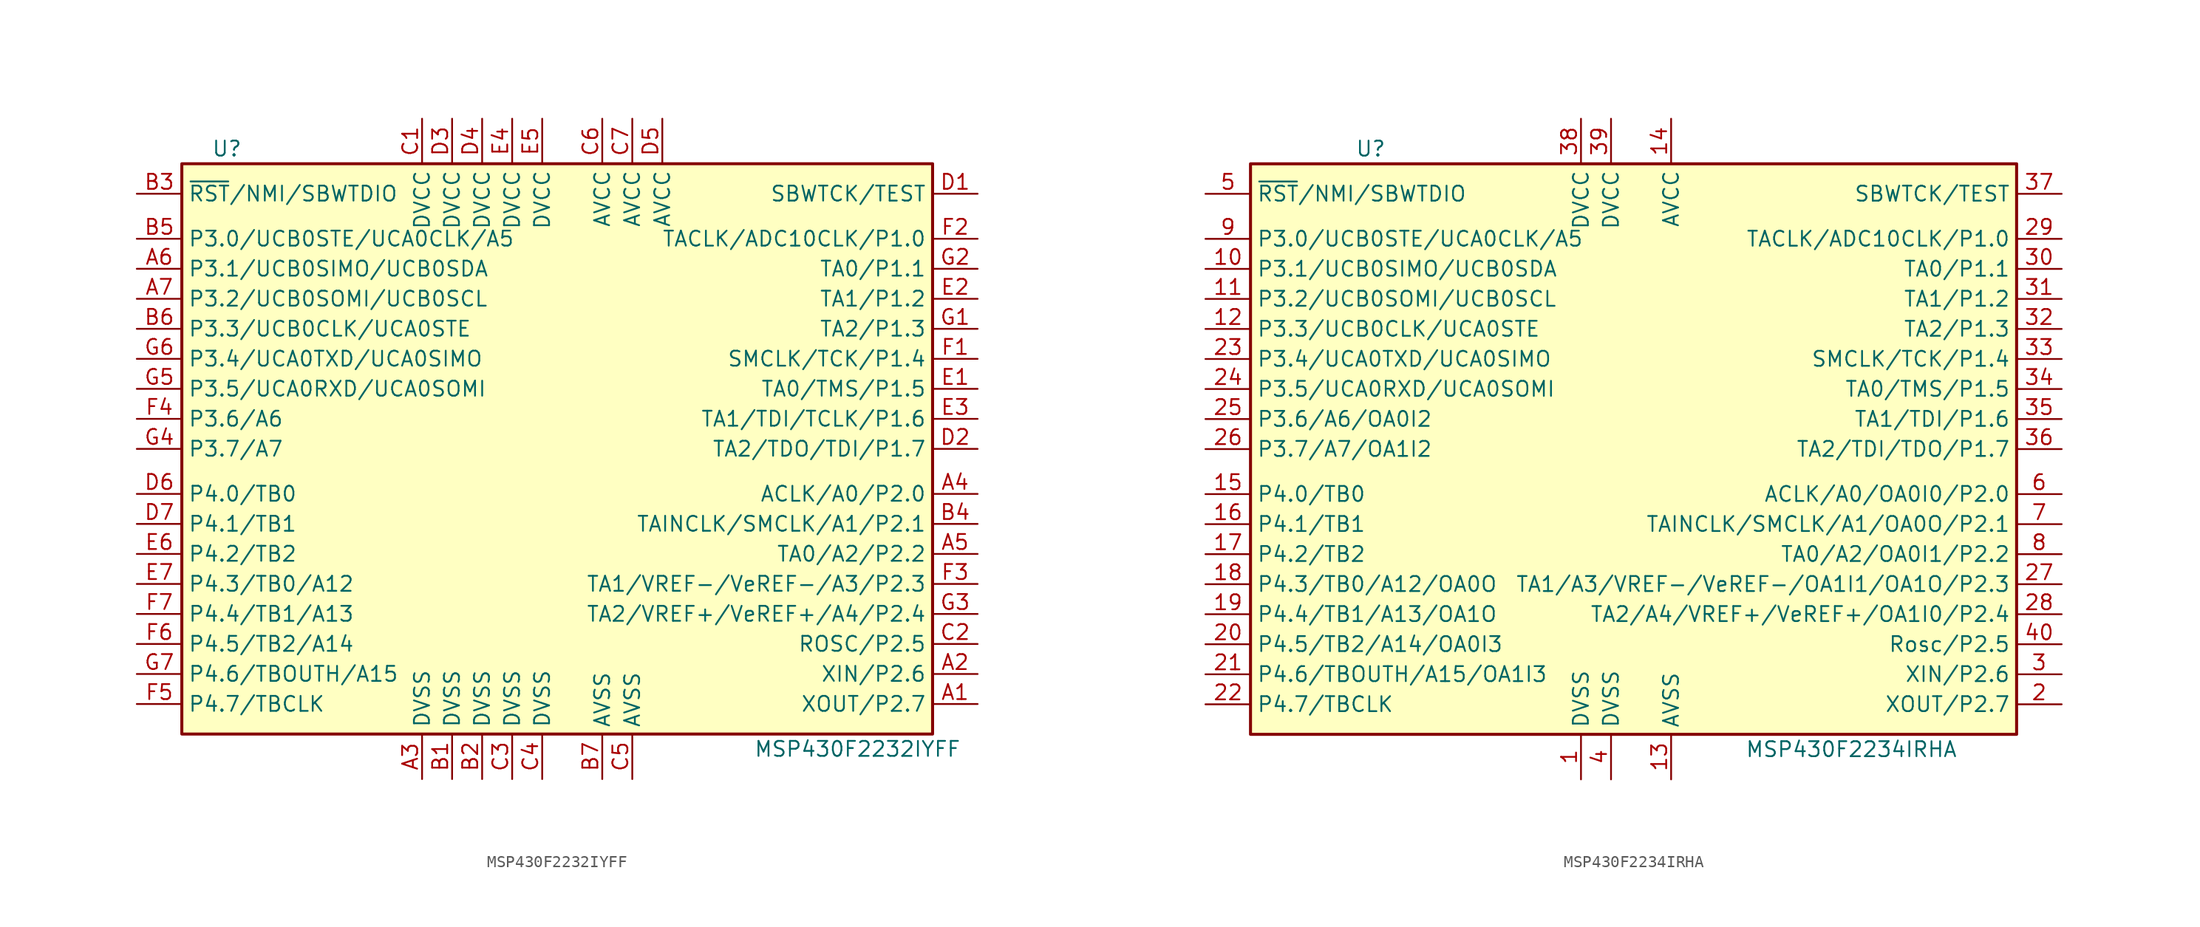
<source format=kicad_sym>
(kicad_symbol_lib
  (version 20211014)
  (generator kicad_symbol_editor)
  (symbol "MSP430F2232IYFF"
    (property "Reference" "U"
      (at -29.21 25.4 0)
      (effects (font (size 1.27 1.27))))
    (property "Value" "MSP430F2232IYFF"
      (at 24.13 -25.4 0)
      (effects (font (size 1.27 1.27))))
    (symbol "MSP430F2232IYFF_0_1"
      (rectangle (start -33.02 24.13) (end 30.48 -24.13) (stroke (width 0.254) (type default) (color 0 0 0 0)) (fill (type background))))
    (symbol "MSP430F2232IYFF_1_1"
      (pin bidirectional line (at 34.29 -21.59 180) (length 3.81) (name "XOUT/P2.7" (effects (font (size 1.27 1.27)))) (number "A1" (effects (font (size 1.27 1.27)))))
      (pin bidirectional line (at 34.29 -19.05 180) (length 3.81) (name "XIN/P2.6" (effects (font (size 1.27 1.27)))) (number "A2" (effects (font (size 1.27 1.27)))))
      (pin power_in line (at -12.7 -27.94 90) (length 3.81) (name "DVSS" (effects (font (size 1.27 1.27)))) (number "A3" (effects (font (size 1.27 1.27)))))
      (pin bidirectional line (at 34.29 -3.81 180) (length 3.81) (name "ACLK/A0/P2.0" (effects (font (size 1.27 1.27)))) (number "A4" (effects (font (size 1.27 1.27)))))
      (pin bidirectional line (at 34.29 -8.89 180) (length 3.81) (name "TA0/A2/P2.2" (effects (font (size 1.27 1.27)))) (number "A5" (effects (font (size 1.27 1.27)))))
      (pin bidirectional line (at -36.83 15.24 0) (length 3.81) (name "P3.1/UCB0SIMO/UCB0SDA" (effects (font (size 1.27 1.27)))) (number "A6" (effects (font (size 1.27 1.27)))))
      (pin bidirectional line (at -36.83 12.7 0) (length 3.81) (name "P3.2/UCB0SOMI/UCB0SCL" (effects (font (size 1.27 1.27)))) (number "A7" (effects (font (size 1.27 1.27)))))
      (pin power_in line (at -10.16 -27.94 90) (length 3.81) (name "DVSS" (effects (font (size 1.27 1.27)))) (number "B1" (effects (font (size 1.27 1.27)))))
      (pin power_in line (at -7.62 -27.94 90) (length 3.81) (name "DVSS" (effects (font (size 1.27 1.27)))) (number "B2" (effects (font (size 1.27 1.27)))))
      (pin input line (at -36.83 21.59 0) (length 3.81) (name "~{RST}/NMI/SBWTDIO" (effects (font (size 1.27 1.27)))) (number "B3" (effects (font (size 1.27 1.27)))))
      (pin bidirectional line (at 34.29 -6.35 180) (length 3.81) (name "TAINCLK/SMCLK/A1/P2.1" (effects (font (size 1.27 1.27)))) (number "B4" (effects (font (size 1.27 1.27)))))
      (pin bidirectional line (at -36.83 17.78 0) (length 3.81) (name "P3.0/UCB0STE/UCA0CLK/A5" (effects (font (size 1.27 1.27)))) (number "B5" (effects (font (size 1.27 1.27)))))
      (pin bidirectional line (at -36.83 10.16 0) (length 3.81) (name "P3.3/UCB0CLK/UCA0STE" (effects (font (size 1.27 1.27)))) (number "B6" (effects (font (size 1.27 1.27)))))
      (pin power_in line (at 2.54 -27.94 90) (length 3.81) (name "AVSS" (effects (font (size 1.27 1.27)))) (number "B7" (effects (font (size 1.27 1.27)))))
      (pin power_in line (at -12.7 27.94 270) (length 3.81) (name "DVCC" (effects (font (size 1.27 1.27)))) (number "C1" (effects (font (size 1.27 1.27)))))
      (pin bidirectional line (at 34.29 -16.51 180) (length 3.81) (name "ROSC/P2.5" (effects (font (size 1.27 1.27)))) (number "C2" (effects (font (size 1.27 1.27)))))
      (pin power_in line (at -5.08 -27.94 90) (length 3.81) (name "DVSS" (effects (font (size 1.27 1.27)))) (number "C3" (effects (font (size 1.27 1.27)))))
      (pin power_in line (at -2.54 -27.94 90) (length 3.81) (name "DVSS" (effects (font (size 1.27 1.27)))) (number "C4" (effects (font (size 1.27 1.27)))))
      (pin power_in line (at 5.08 -27.94 90) (length 3.81) (name "AVSS" (effects (font (size 1.27 1.27)))) (number "C5" (effects (font (size 1.27 1.27)))))
      (pin power_in line (at 2.54 27.94 270) (length 3.81) (name "AVCC" (effects (font (size 1.27 1.27)))) (number "C6" (effects (font (size 1.27 1.27)))))
      (pin power_in line (at 5.08 27.94 270) (length 3.81) (name "AVCC" (effects (font (size 1.27 1.27)))) (number "C7" (effects (font (size 1.27 1.27)))))
      (pin input line (at 34.29 21.59 180) (length 3.81) (name "SBWTCK/TEST" (effects (font (size 1.27 1.27)))) (number "D1" (effects (font (size 1.27 1.27)))))
      (pin bidirectional line (at 34.29 0 180) (length 3.81) (name "TA2/TDO/TDI/P1.7" (effects (font (size 1.27 1.27)))) (number "D2" (effects (font (size 1.27 1.27)))))
      (pin power_in line (at -10.16 27.94 270) (length 3.81) (name "DVCC" (effects (font (size 1.27 1.27)))) (number "D3" (effects (font (size 1.27 1.27)))))
      (pin power_in line (at -7.62 27.94 270) (length 3.81) (name "DVCC" (effects (font (size 1.27 1.27)))) (number "D4" (effects (font (size 1.27 1.27)))))
      (pin power_in line (at 7.62 27.94 270) (length 3.81) (name "AVCC" (effects (font (size 1.27 1.27)))) (number "D5" (effects (font (size 1.27 1.27)))))
      (pin bidirectional line (at -36.83 -3.81 0) (length 3.81) (name "P4.0/TB0" (effects (font (size 1.27 1.27)))) (number "D6" (effects (font (size 1.27 1.27)))))
      (pin bidirectional line (at -36.83 -6.35 0) (length 3.81) (name "P4.1/TB1" (effects (font (size 1.27 1.27)))) (number "D7" (effects (font (size 1.27 1.27)))))
      (pin bidirectional line (at 34.29 5.08 180) (length 3.81) (name "TA0/TMS/P1.5" (effects (font (size 1.27 1.27)))) (number "E1" (effects (font (size 1.27 1.27)))))
      (pin bidirectional line (at 34.29 12.7 180) (length 3.81) (name "TA1/P1.2" (effects (font (size 1.27 1.27)))) (number "E2" (effects (font (size 1.27 1.27)))))
      (pin bidirectional line (at 34.29 2.54 180) (length 3.81) (name "TA1/TDI/TCLK/P1.6" (effects (font (size 1.27 1.27)))) (number "E3" (effects (font (size 1.27 1.27)))))
      (pin power_in line (at -5.08 27.94 270) (length 3.81) (name "DVCC" (effects (font (size 1.27 1.27)))) (number "E4" (effects (font (size 1.27 1.27)))))
      (pin power_in line (at -2.54 27.94 270) (length 3.81) (name "DVCC" (effects (font (size 1.27 1.27)))) (number "E5" (effects (font (size 1.27 1.27)))))
      (pin bidirectional line (at -36.83 -8.89 0) (length 3.81) (name "P4.2/TB2" (effects (font (size 1.27 1.27)))) (number "E6" (effects (font (size 1.27 1.27)))))
      (pin bidirectional line (at -36.83 -11.43 0) (length 3.81) (name "P4.3/TB0/A12" (effects (font (size 1.27 1.27)))) (number "E7" (effects (font (size 1.27 1.27)))))
      (pin bidirectional line (at 34.29 7.62 180) (length 3.81) (name "SMCLK/TCK/P1.4" (effects (font (size 1.27 1.27)))) (number "F1" (effects (font (size 1.27 1.27)))))
      (pin bidirectional line (at 34.29 17.78 180) (length 3.81) (name "TACLK/ADC10CLK/P1.0" (effects (font (size 1.27 1.27)))) (number "F2" (effects (font (size 1.27 1.27)))))
      (pin bidirectional line (at 34.29 -11.43 180) (length 3.81) (name "TA1/VREF-/VeREF-/A3/P2.3" (effects (font (size 1.27 1.27)))) (number "F3" (effects (font (size 1.27 1.27)))))
      (pin bidirectional line (at -36.83 2.54 0) (length 3.81) (name "P3.6/A6" (effects (font (size 1.27 1.27)))) (number "F4" (effects (font (size 1.27 1.27)))))
      (pin bidirectional line (at -36.83 -21.59 0) (length 3.81) (name "P4.7/TBCLK" (effects (font (size 1.27 1.27)))) (number "F5" (effects (font (size 1.27 1.27)))))
      (pin bidirectional line (at -36.83 -16.51 0) (length 3.81) (name "P4.5/TB2/A14" (effects (font (size 1.27 1.27)))) (number "F6" (effects (font (size 1.27 1.27)))))
      (pin bidirectional line (at -36.83 -13.97 0) (length 3.81) (name "P4.4/TB1/A13" (effects (font (size 1.27 1.27)))) (number "F7" (effects (font (size 1.27 1.27)))))
      (pin bidirectional line (at 34.29 10.16 180) (length 3.81) (name "TA2/P1.3" (effects (font (size 1.27 1.27)))) (number "G1" (effects (font (size 1.27 1.27)))))
      (pin bidirectional line (at 34.29 15.24 180) (length 3.81) (name "TA0/P1.1" (effects (font (size 1.27 1.27)))) (number "G2" (effects (font (size 1.27 1.27)))))
      (pin bidirectional line (at 34.29 -13.97 180) (length 3.81) (name "TA2/VREF+/VeREF+/A4/P2.4" (effects (font (size 1.27 1.27)))) (number "G3" (effects (font (size 1.27 1.27)))))
      (pin bidirectional line (at -36.83 0 0) (length 3.81) (name "P3.7/A7" (effects (font (size 1.27 1.27)))) (number "G4" (effects (font (size 1.27 1.27)))))
      (pin bidirectional line (at -36.83 5.08 0) (length 3.81) (name "P3.5/UCA0RXD/UCA0SOMI" (effects (font (size 1.27 1.27)))) (number "G5" (effects (font (size 1.27 1.27)))))
      (pin bidirectional line (at -36.83 7.62 0) (length 3.81) (name "P3.4/UCA0TXD/UCA0SIMO" (effects (font (size 1.27 1.27)))) (number "G6" (effects (font (size 1.27 1.27)))))
      (pin bidirectional line (at -36.83 -19.05 0) (length 3.81) (name "P4.6/TBOUTH/A15" (effects (font (size 1.27 1.27)))) (number "G7" (effects (font (size 1.27 1.27)))))))
  (symbol "MSP430F2234IRHA"
    (property "Reference" "U"
      (at -22.86 25.4 0)
      (effects (font (size 1.27 1.27))))
    (property "Value" "MSP430F2234IRHA"
      (at 17.78 -25.4 0)
      (effects (font (size 1.27 1.27))))
    (symbol "MSP430F2234IRHA_0_1"
      (rectangle (start -33.02 24.13) (end 31.75 -24.13) (stroke (width 0.254) (type default) (color 0 0 0 0)) (fill (type background))))
    (symbol "MSP430F2234IRHA_1_1"
      (pin power_in line (at -5.08 -27.94 90) (length 3.81) (name "DVSS" (effects (font (size 1.27 1.27)))) (number "1" (effects (font (size 1.27 1.27)))))
      (pin bidirectional line (at -36.83 15.24 0) (length 3.81) (name "P3.1/UCB0SIMO/UCB0SDA" (effects (font (size 1.27 1.27)))) (number "10" (effects (font (size 1.27 1.27)))))
      (pin bidirectional line (at -36.83 12.7 0) (length 3.81) (name "P3.2/UCB0SOMI/UCB0SCL" (effects (font (size 1.27 1.27)))) (number "11" (effects (font (size 1.27 1.27)))))
      (pin bidirectional line (at -36.83 10.16 0) (length 3.81) (name "P3.3/UCB0CLK/UCA0STE" (effects (font (size 1.27 1.27)))) (number "12" (effects (font (size 1.27 1.27)))))
      (pin power_in line (at 2.54 -27.94 90) (length 3.81) (name "AVSS" (effects (font (size 1.27 1.27)))) (number "13" (effects (font (size 1.27 1.27)))))
      (pin power_in line (at 2.54 27.94 270) (length 3.81) (name "AVCC" (effects (font (size 1.27 1.27)))) (number "14" (effects (font (size 1.27 1.27)))))
      (pin bidirectional line (at -36.83 -3.81 0) (length 3.81) (name "P4.0/TB0" (effects (font (size 1.27 1.27)))) (number "15" (effects (font (size 1.27 1.27)))))
      (pin bidirectional line (at -36.83 -6.35 0) (length 3.81) (name "P4.1/TB1" (effects (font (size 1.27 1.27)))) (number "16" (effects (font (size 1.27 1.27)))))
      (pin bidirectional line (at -36.83 -8.89 0) (length 3.81) (name "P4.2/TB2" (effects (font (size 1.27 1.27)))) (number "17" (effects (font (size 1.27 1.27)))))
      (pin bidirectional line (at -36.83 -11.43 0) (length 3.81) (name "P4.3/TB0/A12/OA0O" (effects (font (size 1.27 1.27)))) (number "18" (effects (font (size 1.27 1.27)))))
      (pin bidirectional line (at -36.83 -13.97 0) (length 3.81) (name "P4.4/TB1/A13/OA1O" (effects (font (size 1.27 1.27)))) (number "19" (effects (font (size 1.27 1.27)))))
      (pin bidirectional line (at 35.56 -21.59 180) (length 3.81) (name "XOUT/P2.7" (effects (font (size 1.27 1.27)))) (number "2" (effects (font (size 1.27 1.27)))))
      (pin bidirectional line (at -36.83 -16.51 0) (length 3.81) (name "P4.5/TB2/A14/OA0I3" (effects (font (size 1.27 1.27)))) (number "20" (effects (font (size 1.27 1.27)))))
      (pin bidirectional line (at -36.83 -19.05 0) (length 3.81) (name "P4.6/TBOUTH/A15/OA1I3" (effects (font (size 1.27 1.27)))) (number "21" (effects (font (size 1.27 1.27)))))
      (pin bidirectional line (at -36.83 -21.59 0) (length 3.81) (name "P4.7/TBCLK" (effects (font (size 1.27 1.27)))) (number "22" (effects (font (size 1.27 1.27)))))
      (pin bidirectional line (at -36.83 7.62 0) (length 3.81) (name "P3.4/UCA0TXD/UCA0SIMO" (effects (font (size 1.27 1.27)))) (number "23" (effects (font (size 1.27 1.27)))))
      (pin bidirectional line (at -36.83 5.08 0) (length 3.81) (name "P3.5/UCA0RXD/UCA0SOMI" (effects (font (size 1.27 1.27)))) (number "24" (effects (font (size 1.27 1.27)))))
      (pin bidirectional line (at -36.83 2.54 0) (length 3.81) (name "P3.6/A6/OA0I2" (effects (font (size 1.27 1.27)))) (number "25" (effects (font (size 1.27 1.27)))))
      (pin bidirectional line (at -36.83 0 0) (length 3.81) (name "P3.7/A7/OA1I2" (effects (font (size 1.27 1.27)))) (number "26" (effects (font (size 1.27 1.27)))))
      (pin bidirectional line (at 35.56 -11.43 180) (length 3.81) (name "TA1/A3/VREF-/VeREF-/OA1I1/OA1O/P2.3" (effects (font (size 1.27 1.27)))) (number "27" (effects (font (size 1.27 1.27)))))
      (pin bidirectional line (at 35.56 -13.97 180) (length 3.81) (name "TA2/A4/VREF+/VeREF+/OA1I0/P2.4" (effects (font (size 1.27 1.27)))) (number "28" (effects (font (size 1.27 1.27)))))
      (pin bidirectional line (at 35.56 17.78 180) (length 3.81) (name "TACLK/ADC10CLK/P1.0" (effects (font (size 1.27 1.27)))) (number "29" (effects (font (size 1.27 1.27)))))
      (pin bidirectional line (at 35.56 -19.05 180) (length 3.81) (name "XIN/P2.6" (effects (font (size 1.27 1.27)))) (number "3" (effects (font (size 1.27 1.27)))))
      (pin bidirectional line (at 35.56 15.24 180) (length 3.81) (name "TA0/P1.1" (effects (font (size 1.27 1.27)))) (number "30" (effects (font (size 1.27 1.27)))))
      (pin bidirectional line (at 35.56 12.7 180) (length 3.81) (name "TA1/P1.2" (effects (font (size 1.27 1.27)))) (number "31" (effects (font (size 1.27 1.27)))))
      (pin bidirectional line (at 35.56 10.16 180) (length 3.81) (name "TA2/P1.3" (effects (font (size 1.27 1.27)))) (number "32" (effects (font (size 1.27 1.27)))))
      (pin bidirectional line (at 35.56 7.62 180) (length 3.81) (name "SMCLK/TCK/P1.4" (effects (font (size 1.27 1.27)))) (number "33" (effects (font (size 1.27 1.27)))))
      (pin bidirectional line (at 35.56 5.08 180) (length 3.81) (name "TA0/TMS/P1.5" (effects (font (size 1.27 1.27)))) (number "34" (effects (font (size 1.27 1.27)))))
      (pin bidirectional line (at 35.56 2.54 180) (length 3.81) (name "TA1/TDI/P1.6" (effects (font (size 1.27 1.27)))) (number "35" (effects (font (size 1.27 1.27)))))
      (pin bidirectional line (at 35.56 0 180) (length 3.81) (name "TA2/TDI/TDO/P1.7" (effects (font (size 1.27 1.27)))) (number "36" (effects (font (size 1.27 1.27)))))
      (pin input line (at 35.56 21.59 180) (length 3.81) (name "SBWTCK/TEST" (effects (font (size 1.27 1.27)))) (number "37" (effects (font (size 1.27 1.27)))))
      (pin power_in line (at -5.08 27.94 270) (length 3.81) (name "DVCC" (effects (font (size 1.27 1.27)))) (number "38" (effects (font (size 1.27 1.27)))))
      (pin power_in line (at -2.54 27.94 270) (length 3.81) (name "DVCC" (effects (font (size 1.27 1.27)))) (number "39" (effects (font (size 1.27 1.27)))))
      (pin power_in line (at -2.54 -27.94 90) (length 3.81) (name "DVSS" (effects (font (size 1.27 1.27)))) (number "4" (effects (font (size 1.27 1.27)))))
      (pin bidirectional line (at 35.56 -16.51 180) (length 3.81) (name "Rosc/P2.5" (effects (font (size 1.27 1.27)))) (number "40" (effects (font (size 1.27 1.27)))))
      (pin bidirectional line (at -36.83 21.59 0) (length 3.81) (name "~{RST}/NMI/SBWTDIO" (effects (font (size 1.27 1.27)))) (number "5" (effects (font (size 1.27 1.27)))))
      (pin bidirectional line (at 35.56 -3.81 180) (length 3.81) (name "ACLK/A0/OA0I0/P2.0" (effects (font (size 1.27 1.27)))) (number "6" (effects (font (size 1.27 1.27)))))
      (pin bidirectional line (at 35.56 -6.35 180) (length 3.81) (name "TAINCLK/SMCLK/A1/OA0O/P2.1" (effects (font (size 1.27 1.27)))) (number "7" (effects (font (size 1.27 1.27)))))
      (pin bidirectional line (at 35.56 -8.89 180) (length 3.81) (name "TA0/A2/OA0I1/P2.2" (effects (font (size 1.27 1.27)))) (number "8" (effects (font (size 1.27 1.27)))))
      (pin bidirectional line (at -36.83 17.78 0) (length 3.81) (name "P3.0/UCB0STE/UCA0CLK/A5" (effects (font (size 1.27 1.27)))) (number "9" (effects (font (size 1.27 1.27))))))))
</source>
